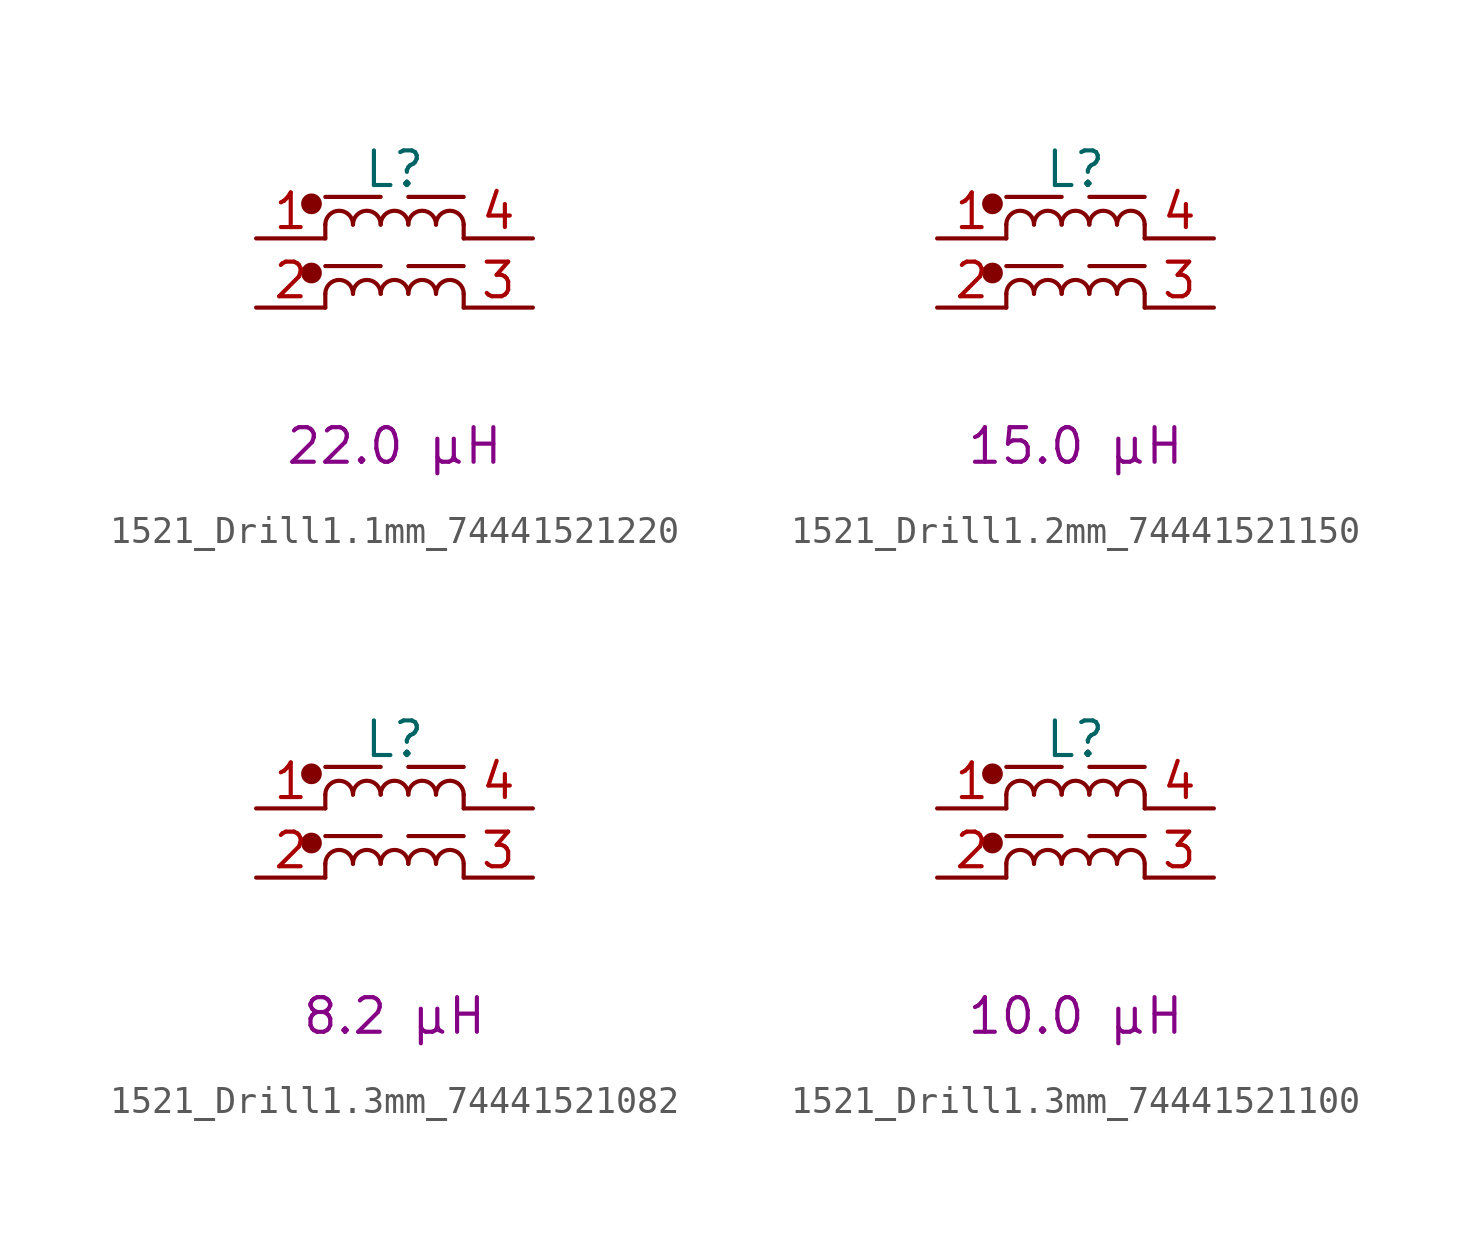
<source format=kicad_sym>
(kicad_symbol_lib
  (version 20220914)
  (generator kicad_symbol_editor)
  (symbol "1521_Drill1.1mm_74441521220"
    (pin_names hide)
    (property "Reference" "L"
      (at 0 5.08 0)
      (effects (font (size 1.27 1.27))))
    (property "Critical Parameter" "22.0 µH"
      (at 0 -5.08 0)
      (effects (font (size 1.27 1.27))))
    (symbol "1521_Drill1.1mm_74441521220_0_1"
      (arc (start -1.524 0.508) (mid -2.032 1.0138) (end -2.54 0.508) (stroke (width 0) (type default)) (fill (type none)))
      (arc (start -1.524 3.048) (mid -2.032 3.5538) (end -2.54 3.048) (stroke (width 0) (type default)) (fill (type none)))
      (arc (start -0.508 0.508) (mid -1.016 1.0138) (end -1.524 0.508) (stroke (width 0) (type default)) (fill (type none)))
      (arc (start -0.508 3.048) (mid -1.016 3.5538) (end -1.524 3.048) (stroke (width 0) (type default)) (fill (type none)))
      (polyline (pts (xy -2.54 0.508) (xy -2.54 0)) (stroke (width 0) (type default)) (fill (type none)))
      (polyline (pts (xy -2.54 1.524) (xy -0.508 1.524)) (stroke (width 0) (type default)) (fill (type none)))
      (polyline (pts (xy -2.54 3.048) (xy -2.54 2.54)) (stroke (width 0) (type default)) (fill (type none)))
      (polyline (pts (xy -2.54 4.064) (xy -0.508 4.064)) (stroke (width 0) (type default)) (fill (type none)))
      (polyline (pts (xy 0.508 1.524) (xy 2.54 1.524)) (stroke (width 0) (type default)) (fill (type none)))
      (polyline (pts (xy 0.508 4.064) (xy 2.54 4.064)) (stroke (width 0) (type default)) (fill (type none)))
      (polyline (pts (xy 2.54 0.508) (xy 2.54 0)) (stroke (width 0) (type default)) (fill (type none)))
      (polyline (pts (xy 2.54 3.048) (xy 2.54 2.54)) (stroke (width 0) (type default)) (fill (type none)))
      (arc (start 0.508 0.508) (mid 0 1.0138) (end -0.508 0.508) (stroke (width 0) (type default)) (fill (type none)))
      (arc (start 0.508 3.048) (mid 0 3.5538) (end -0.508 3.048) (stroke (width 0) (type default)) (fill (type none)))
      (arc (start 1.524 0.508) (mid 1.016 1.0138) (end 0.508 0.508) (stroke (width 0) (type default)) (fill (type none)))
      (arc (start 1.524 3.048) (mid 1.016 3.5538) (end 0.508 3.048) (stroke (width 0) (type default)) (fill (type none)))
      (arc (start 2.54 0.508) (mid 2.032 1.0138) (end 1.524 0.508) (stroke (width 0) (type default)) (fill (type none)))
      (arc (start 2.54 3.048) (mid 2.032 3.5538) (end 1.524 3.048) (stroke (width 0) (type default)) (fill (type none))))
    (symbol "1521_Drill1.1mm_74441521220_1_1"
      (circle (center -3.048 1.27) (radius 0.0001) (stroke (width 0.381) (type default)) (fill (type none)))
      (circle (center -3.048 3.81) (radius 0.0001) (stroke (width 0.381) (type default)) (fill (type none)))
      (pin passive line (at -5.08 2.54 0) (length 2.54) (name "1" (effects (font (size 1.27 1.27)))) (number "1" (effects (font (size 1.27 1.27)))))
      (pin passive line (at -5.08 0 0) (length 2.54) (name "2" (effects (font (size 1.27 1.27)))) (number "2" (effects (font (size 1.27 1.27)))))
      (pin passive line (at 5.08 0 180) (length 2.54) (name "3" (effects (font (size 1.27 1.27)))) (number "3" (effects (font (size 1.27 1.27)))))
      (pin passive line (at 5.08 2.54 180) (length 2.54) (name "4" (effects (font (size 1.27 1.27)))) (number "4" (effects (font (size 1.27 1.27)))))))
  (symbol "1521_Drill1.2mm_74441521150"
    (pin_names hide)
    (property "Reference" "L"
      (at 0 5.08 0)
      (effects (font (size 1.27 1.27))))
    (property "Critical Parameter" "15.0 µH"
      (at 0 -5.08 0)
      (effects (font (size 1.27 1.27))))
    (symbol "1521_Drill1.2mm_74441521150_0_1"
      (arc (start -1.524 0.508) (mid -2.032 1.0138) (end -2.54 0.508) (stroke (width 0) (type default)) (fill (type none)))
      (arc (start -1.524 3.048) (mid -2.032 3.5538) (end -2.54 3.048) (stroke (width 0) (type default)) (fill (type none)))
      (arc (start -0.508 0.508) (mid -1.016 1.0138) (end -1.524 0.508) (stroke (width 0) (type default)) (fill (type none)))
      (arc (start -0.508 3.048) (mid -1.016 3.5538) (end -1.524 3.048) (stroke (width 0) (type default)) (fill (type none)))
      (polyline (pts (xy -2.54 0.508) (xy -2.54 0)) (stroke (width 0) (type default)) (fill (type none)))
      (polyline (pts (xy -2.54 1.524) (xy -0.508 1.524)) (stroke (width 0) (type default)) (fill (type none)))
      (polyline (pts (xy -2.54 3.048) (xy -2.54 2.54)) (stroke (width 0) (type default)) (fill (type none)))
      (polyline (pts (xy -2.54 4.064) (xy -0.508 4.064)) (stroke (width 0) (type default)) (fill (type none)))
      (polyline (pts (xy 0.508 1.524) (xy 2.54 1.524)) (stroke (width 0) (type default)) (fill (type none)))
      (polyline (pts (xy 0.508 4.064) (xy 2.54 4.064)) (stroke (width 0) (type default)) (fill (type none)))
      (polyline (pts (xy 2.54 0.508) (xy 2.54 0)) (stroke (width 0) (type default)) (fill (type none)))
      (polyline (pts (xy 2.54 3.048) (xy 2.54 2.54)) (stroke (width 0) (type default)) (fill (type none)))
      (arc (start 0.508 0.508) (mid 0 1.0138) (end -0.508 0.508) (stroke (width 0) (type default)) (fill (type none)))
      (arc (start 0.508 3.048) (mid 0 3.5538) (end -0.508 3.048) (stroke (width 0) (type default)) (fill (type none)))
      (arc (start 1.524 0.508) (mid 1.016 1.0138) (end 0.508 0.508) (stroke (width 0) (type default)) (fill (type none)))
      (arc (start 1.524 3.048) (mid 1.016 3.5538) (end 0.508 3.048) (stroke (width 0) (type default)) (fill (type none)))
      (arc (start 2.54 0.508) (mid 2.032 1.0138) (end 1.524 0.508) (stroke (width 0) (type default)) (fill (type none)))
      (arc (start 2.54 3.048) (mid 2.032 3.5538) (end 1.524 3.048) (stroke (width 0) (type default)) (fill (type none))))
    (symbol "1521_Drill1.2mm_74441521150_1_1"
      (circle (center -3.048 1.27) (radius 0.0001) (stroke (width 0.381) (type default)) (fill (type none)))
      (circle (center -3.048 3.81) (radius 0.0001) (stroke (width 0.381) (type default)) (fill (type none)))
      (pin passive line (at -5.08 2.54 0) (length 2.54) (name "1" (effects (font (size 1.27 1.27)))) (number "1" (effects (font (size 1.27 1.27)))))
      (pin passive line (at -5.08 0 0) (length 2.54) (name "2" (effects (font (size 1.27 1.27)))) (number "2" (effects (font (size 1.27 1.27)))))
      (pin passive line (at 5.08 0 180) (length 2.54) (name "3" (effects (font (size 1.27 1.27)))) (number "3" (effects (font (size 1.27 1.27)))))
      (pin passive line (at 5.08 2.54 180) (length 2.54) (name "4" (effects (font (size 1.27 1.27)))) (number "4" (effects (font (size 1.27 1.27)))))))
  (symbol "1521_Drill1.3mm_74441521082"
    (pin_names hide)
    (property "Reference" "L"
      (at 0 5.08 0)
      (effects (font (size 1.27 1.27))))
    (property "Critical Parameter" "8.2 µH"
      (at 0 -5.08 0)
      (effects (font (size 1.27 1.27))))
    (symbol "1521_Drill1.3mm_74441521082_0_1"
      (arc (start -1.524 0.508) (mid -2.032 1.0138) (end -2.54 0.508) (stroke (width 0) (type default)) (fill (type none)))
      (arc (start -1.524 3.048) (mid -2.032 3.5538) (end -2.54 3.048) (stroke (width 0) (type default)) (fill (type none)))
      (arc (start -0.508 0.508) (mid -1.016 1.0138) (end -1.524 0.508) (stroke (width 0) (type default)) (fill (type none)))
      (arc (start -0.508 3.048) (mid -1.016 3.5538) (end -1.524 3.048) (stroke (width 0) (type default)) (fill (type none)))
      (polyline (pts (xy -2.54 0.508) (xy -2.54 0)) (stroke (width 0) (type default)) (fill (type none)))
      (polyline (pts (xy -2.54 1.524) (xy -0.508 1.524)) (stroke (width 0) (type default)) (fill (type none)))
      (polyline (pts (xy -2.54 3.048) (xy -2.54 2.54)) (stroke (width 0) (type default)) (fill (type none)))
      (polyline (pts (xy -2.54 4.064) (xy -0.508 4.064)) (stroke (width 0) (type default)) (fill (type none)))
      (polyline (pts (xy 0.508 1.524) (xy 2.54 1.524)) (stroke (width 0) (type default)) (fill (type none)))
      (polyline (pts (xy 0.508 4.064) (xy 2.54 4.064)) (stroke (width 0) (type default)) (fill (type none)))
      (polyline (pts (xy 2.54 0.508) (xy 2.54 0)) (stroke (width 0) (type default)) (fill (type none)))
      (polyline (pts (xy 2.54 3.048) (xy 2.54 2.54)) (stroke (width 0) (type default)) (fill (type none)))
      (arc (start 0.508 0.508) (mid 0 1.0138) (end -0.508 0.508) (stroke (width 0) (type default)) (fill (type none)))
      (arc (start 0.508 3.048) (mid 0 3.5538) (end -0.508 3.048) (stroke (width 0) (type default)) (fill (type none)))
      (arc (start 1.524 0.508) (mid 1.016 1.0138) (end 0.508 0.508) (stroke (width 0) (type default)) (fill (type none)))
      (arc (start 1.524 3.048) (mid 1.016 3.5538) (end 0.508 3.048) (stroke (width 0) (type default)) (fill (type none)))
      (arc (start 2.54 0.508) (mid 2.032 1.0138) (end 1.524 0.508) (stroke (width 0) (type default)) (fill (type none)))
      (arc (start 2.54 3.048) (mid 2.032 3.5538) (end 1.524 3.048) (stroke (width 0) (type default)) (fill (type none))))
    (symbol "1521_Drill1.3mm_74441521082_1_1"
      (circle (center -3.048 1.27) (radius 0.0001) (stroke (width 0.381) (type default)) (fill (type none)))
      (circle (center -3.048 3.81) (radius 0.0001) (stroke (width 0.381) (type default)) (fill (type none)))
      (pin passive line (at -5.08 2.54 0) (length 2.54) (name "1" (effects (font (size 1.27 1.27)))) (number "1" (effects (font (size 1.27 1.27)))))
      (pin passive line (at -5.08 0 0) (length 2.54) (name "2" (effects (font (size 1.27 1.27)))) (number "2" (effects (font (size 1.27 1.27)))))
      (pin passive line (at 5.08 0 180) (length 2.54) (name "3" (effects (font (size 1.27 1.27)))) (number "3" (effects (font (size 1.27 1.27)))))
      (pin passive line (at 5.08 2.54 180) (length 2.54) (name "4" (effects (font (size 1.27 1.27)))) (number "4" (effects (font (size 1.27 1.27)))))))
  (symbol "1521_Drill1.3mm_74441521100"
    (pin_names hide)
    (property "Reference" "L"
      (at 0 5.08 0)
      (effects (font (size 1.27 1.27))))
    (property "Critical Parameter" "10.0 µH"
      (at 0 -5.08 0)
      (effects (font (size 1.27 1.27))))
    (symbol "1521_Drill1.3mm_74441521100_0_1"
      (arc (start -1.524 0.508) (mid -2.032 1.0138) (end -2.54 0.508) (stroke (width 0) (type default)) (fill (type none)))
      (arc (start -1.524 3.048) (mid -2.032 3.5538) (end -2.54 3.048) (stroke (width 0) (type default)) (fill (type none)))
      (arc (start -0.508 0.508) (mid -1.016 1.0138) (end -1.524 0.508) (stroke (width 0) (type default)) (fill (type none)))
      (arc (start -0.508 3.048) (mid -1.016 3.5538) (end -1.524 3.048) (stroke (width 0) (type default)) (fill (type none)))
      (polyline (pts (xy -2.54 0.508) (xy -2.54 0)) (stroke (width 0) (type default)) (fill (type none)))
      (polyline (pts (xy -2.54 1.524) (xy -0.508 1.524)) (stroke (width 0) (type default)) (fill (type none)))
      (polyline (pts (xy -2.54 3.048) (xy -2.54 2.54)) (stroke (width 0) (type default)) (fill (type none)))
      (polyline (pts (xy -2.54 4.064) (xy -0.508 4.064)) (stroke (width 0) (type default)) (fill (type none)))
      (polyline (pts (xy 0.508 1.524) (xy 2.54 1.524)) (stroke (width 0) (type default)) (fill (type none)))
      (polyline (pts (xy 0.508 4.064) (xy 2.54 4.064)) (stroke (width 0) (type default)) (fill (type none)))
      (polyline (pts (xy 2.54 0.508) (xy 2.54 0)) (stroke (width 0) (type default)) (fill (type none)))
      (polyline (pts (xy 2.54 3.048) (xy 2.54 2.54)) (stroke (width 0) (type default)) (fill (type none)))
      (arc (start 0.508 0.508) (mid 0 1.0138) (end -0.508 0.508) (stroke (width 0) (type default)) (fill (type none)))
      (arc (start 0.508 3.048) (mid 0 3.5538) (end -0.508 3.048) (stroke (width 0) (type default)) (fill (type none)))
      (arc (start 1.524 0.508) (mid 1.016 1.0138) (end 0.508 0.508) (stroke (width 0) (type default)) (fill (type none)))
      (arc (start 1.524 3.048) (mid 1.016 3.5538) (end 0.508 3.048) (stroke (width 0) (type default)) (fill (type none)))
      (arc (start 2.54 0.508) (mid 2.032 1.0138) (end 1.524 0.508) (stroke (width 0) (type default)) (fill (type none)))
      (arc (start 2.54 3.048) (mid 2.032 3.5538) (end 1.524 3.048) (stroke (width 0) (type default)) (fill (type none))))
    (symbol "1521_Drill1.3mm_74441521100_1_1"
      (circle (center -3.048 1.27) (radius 0.0001) (stroke (width 0.381) (type default)) (fill (type none)))
      (circle (center -3.048 3.81) (radius 0.0001) (stroke (width 0.381) (type default)) (fill (type none)))
      (pin passive line (at -5.08 2.54 0) (length 2.54) (name "1" (effects (font (size 1.27 1.27)))) (number "1" (effects (font (size 1.27 1.27)))))
      (pin passive line (at -5.08 0 0) (length 2.54) (name "2" (effects (font (size 1.27 1.27)))) (number "2" (effects (font (size 1.27 1.27)))))
      (pin passive line (at 5.08 0 180) (length 2.54) (name "3" (effects (font (size 1.27 1.27)))) (number "3" (effects (font (size 1.27 1.27)))))
      (pin passive line (at 5.08 2.54 180) (length 2.54) (name "4" (effects (font (size 1.27 1.27)))) (number "4" (effects (font (size 1.27 1.27))))))))
</source>
